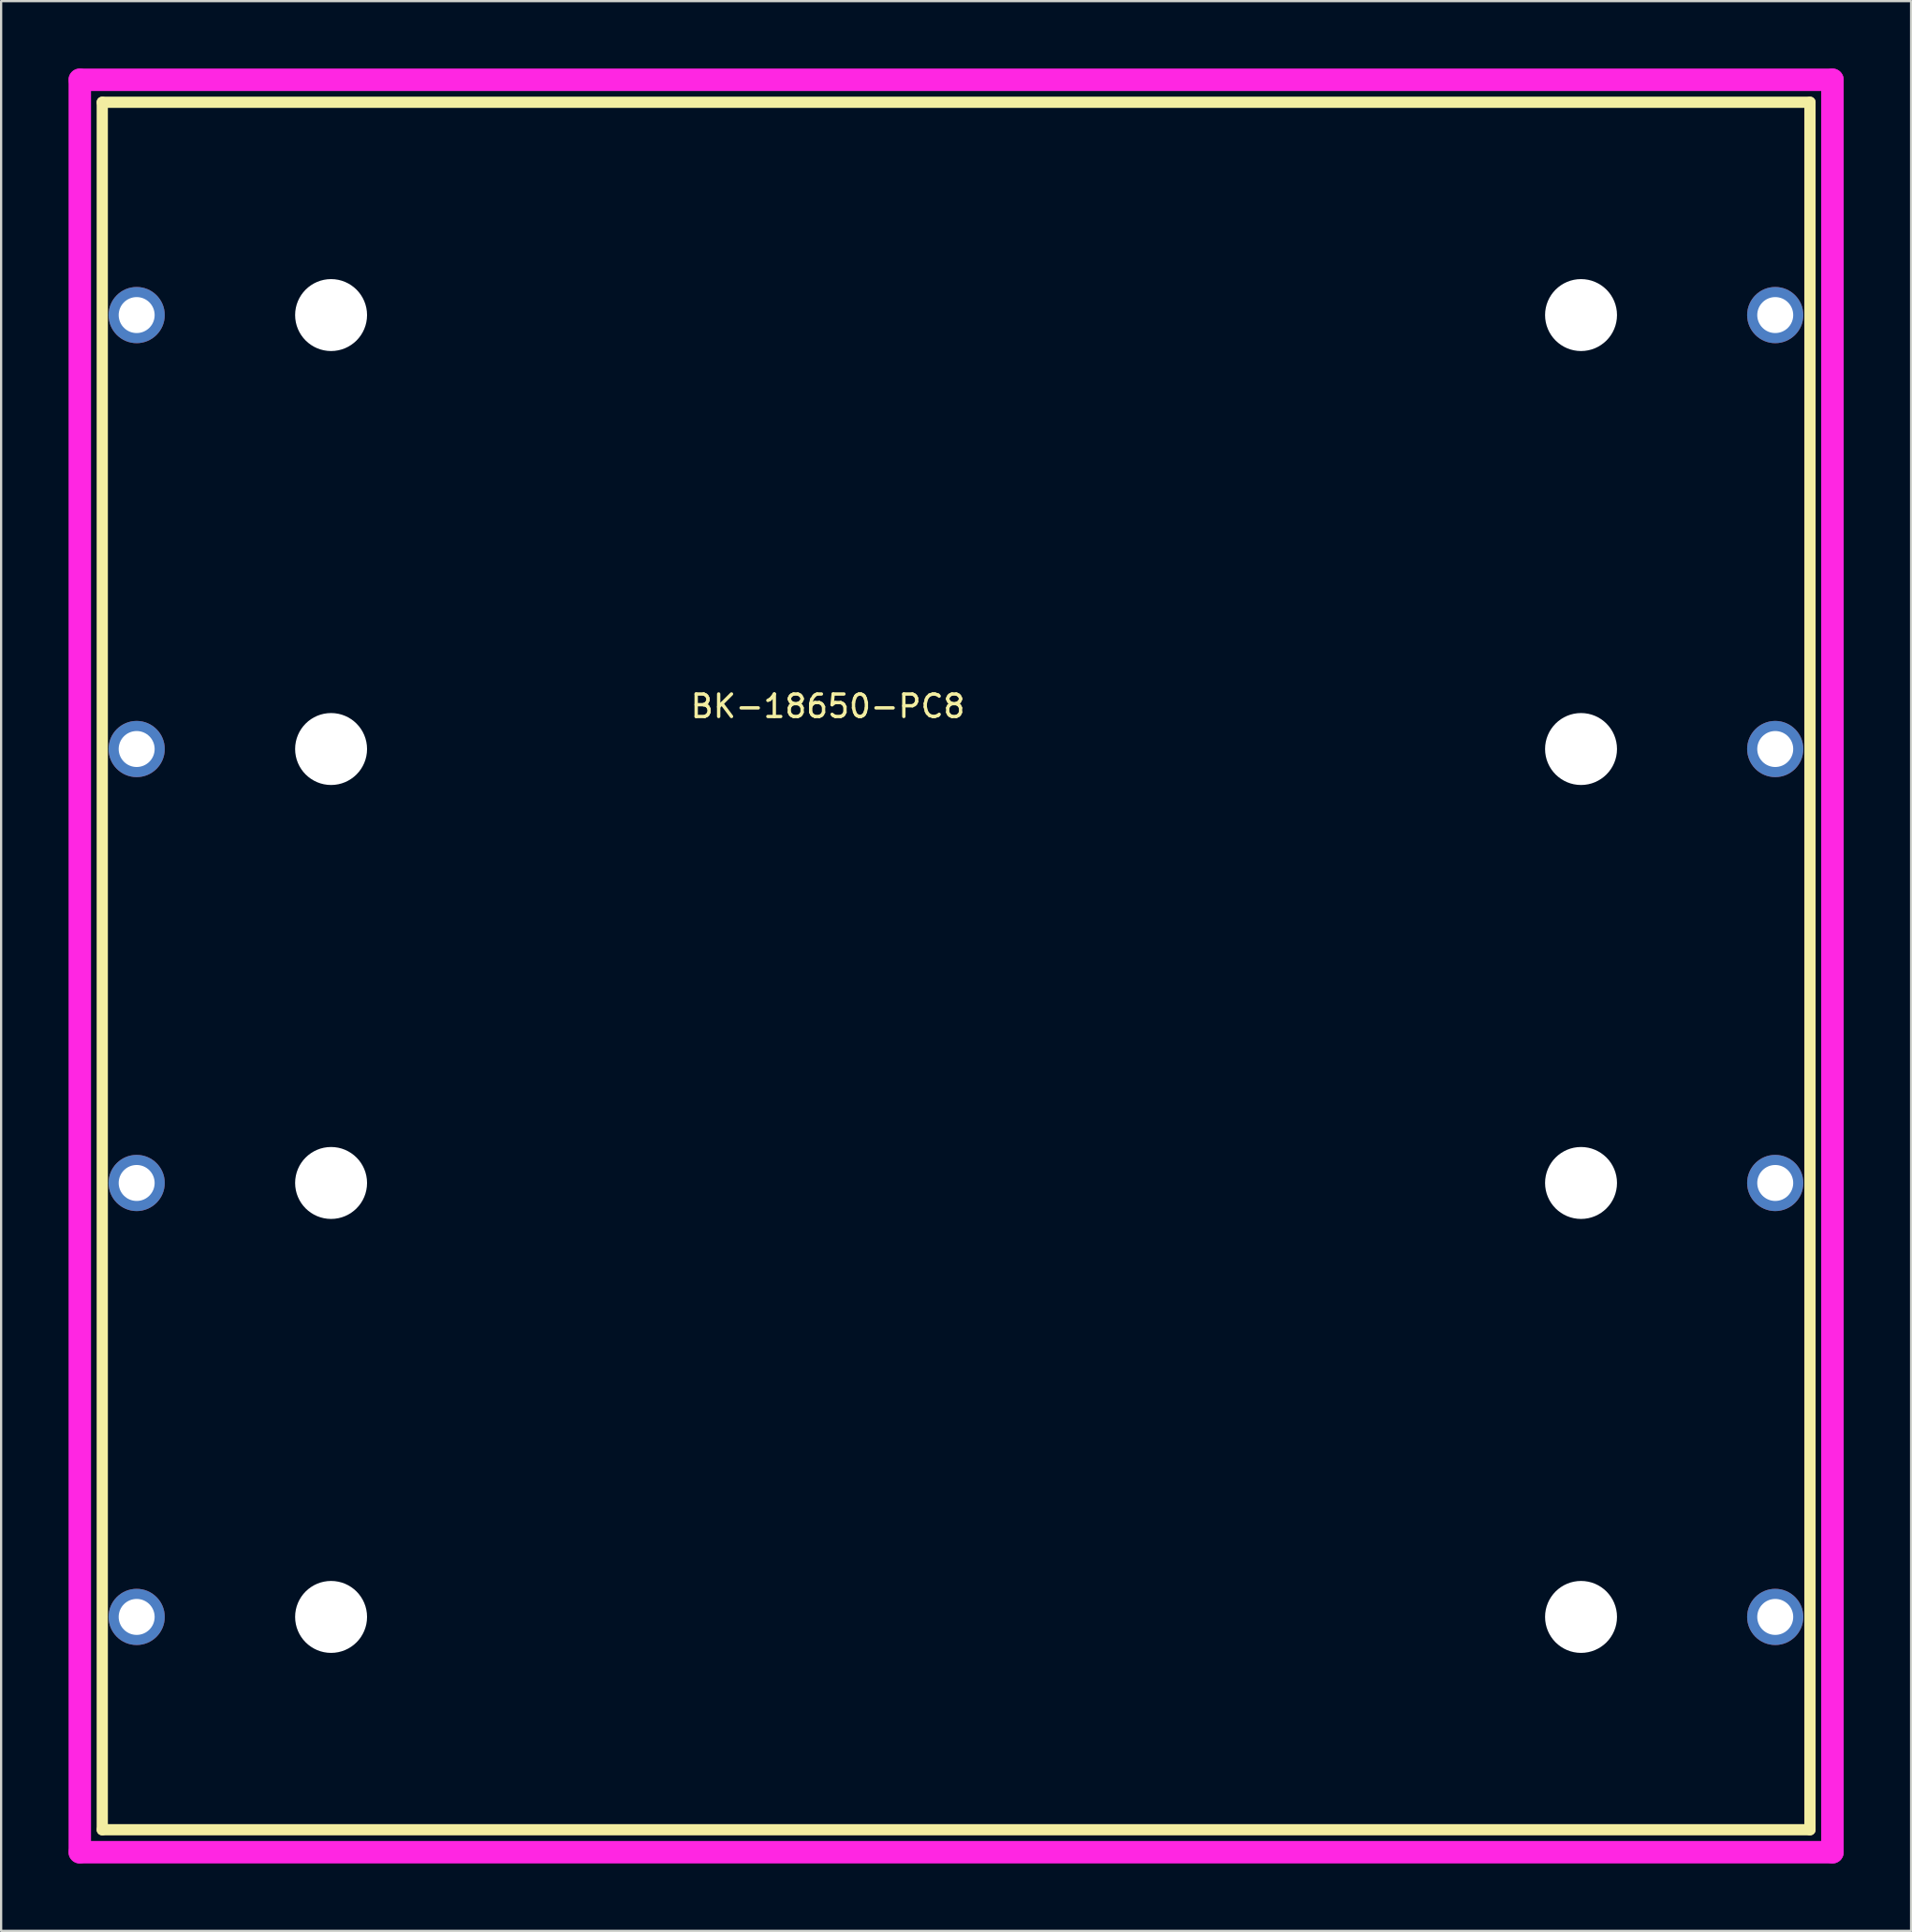
<source format=kicad_pcb>
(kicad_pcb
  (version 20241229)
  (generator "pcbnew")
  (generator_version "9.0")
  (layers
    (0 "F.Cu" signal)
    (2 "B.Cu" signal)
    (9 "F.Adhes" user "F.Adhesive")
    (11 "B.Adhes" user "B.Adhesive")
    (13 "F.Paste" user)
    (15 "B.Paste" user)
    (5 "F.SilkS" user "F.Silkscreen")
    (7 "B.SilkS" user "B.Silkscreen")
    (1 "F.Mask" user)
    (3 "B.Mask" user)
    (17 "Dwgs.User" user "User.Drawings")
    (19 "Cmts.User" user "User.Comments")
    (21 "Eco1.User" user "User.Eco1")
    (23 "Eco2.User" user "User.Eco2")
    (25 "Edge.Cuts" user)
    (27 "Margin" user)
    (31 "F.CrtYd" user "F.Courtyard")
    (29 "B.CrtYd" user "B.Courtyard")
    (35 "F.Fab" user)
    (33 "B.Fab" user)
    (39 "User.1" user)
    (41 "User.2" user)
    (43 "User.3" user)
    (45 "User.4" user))
  (footprint "BK-18650-PC8"
    (layer "F.Cu")
    (at 11.68 10.965)
    (property "Reference" "BK-18650-PC8" (at 22.1 17.4 0) (layer "F.SilkS") (effects (font (size 1 1) (thickness 0.15))))
    (attr through_hole)
    (fp_line (start -10.18 -9.465) (end 65.795 -9.465) (stroke (width 0.5) (type solid)) (layer "F.SilkS"))
    (fp_line (start -10.18 67.375) (end -10.18 -9.465) (stroke (width 0.5) (type solid)) (layer "F.SilkS"))
    (fp_line (start 65.795 -9.465) (end 65.795 67.375) (stroke (width 0.5) (type solid)) (layer "F.SilkS"))
    (fp_line (start 65.795 67.375) (end -10.18 67.375) (stroke (width 0.5) (type solid)) (layer "F.SilkS"))
    (fp_line (start -11.18 -10.465) (end 66.795 -10.465) (stroke (width 1) (type solid)) (layer "F.CrtYd"))
    (fp_line (start -11.18 68.375) (end -11.18 -10.465) (stroke (width 1) (type solid)) (layer "F.CrtYd"))
    (fp_line (start 66.795 -10.465) (end 66.795 68.375) (stroke (width 1) (type solid)) (layer "F.CrtYd"))
    (fp_line (start 66.795 68.375) (end -11.18 68.375) (stroke (width 1) (type solid)) (layer "F.CrtYd"))
    (pad "" np_thru_hole circle (at 0 0) (size 3.2 3.2) (drill 3.2) (layers "*.Cu" "*.Mask"))
    (pad "" np_thru_hole circle (at 0 19.303) (size 3.2 3.2) (drill 3.2) (layers "*.Cu" "*.Mask"))
    (pad "" np_thru_hole circle (at 0 38.606) (size 3.2 3.2) (drill 3.2) (layers "*.Cu" "*.Mask"))
    (pad "" np_thru_hole circle (at 0 57.909) (size 3.2 3.2) (drill 3.2) (layers "*.Cu" "*.Mask"))
    (pad "" np_thru_hole circle (at 55.61 0) (size 3.2 3.2) (drill 3.2) (layers "*.Cu" "*.Mask"))
    (pad "" np_thru_hole circle (at 55.61 19.303) (size 3.2 3.2) (drill 3.2) (layers "*.Cu" "*.Mask"))
    (pad "" np_thru_hole circle (at 55.61 38.606) (size 3.2 3.2) (drill 3.2) (layers "*.Cu" "*.Mask"))
    (pad "" np_thru_hole circle (at 55.61 57.909) (size 3.2 3.2) (drill 3.2) (layers "*.Cu" "*.Mask"))
    (pad "1" thru_hole circle (at -8.65 0) (size 2.5 2.5) (drill 1.6) (layers "*.Cu" "*.Mask"))
    (pad "2" thru_hole circle (at -8.65 19.303) (size 2.5 2.5) (drill 1.6) (layers "*.Cu" "*.Mask"))
    (pad "3" thru_hole circle (at -8.65 38.606) (size 2.5 2.5) (drill 1.6) (layers "*.Cu" "*.Mask"))
    (pad "4" thru_hole circle (at -8.65 57.909) (size 2.5 2.5) (drill 1.6) (layers "*.Cu" "*.Mask"))
    (pad "5" thru_hole circle (at 64.25 57.909) (size 2.5 2.5) (drill 1.6) (layers "*.Cu" "*.Mask"))
    (pad "6" thru_hole circle (at 64.25 38.606) (size 2.5 2.5) (drill 1.6) (layers "*.Cu" "*.Mask"))
    (pad "7" thru_hole circle (at 64.25 19.303) (size 2.5 2.5) (drill 1.6) (layers "*.Cu" "*.Mask"))
    (pad "8" thru_hole circle (at 64.25 0) (size 2.5 2.5) (drill 1.6) (layers "*.Cu" "*.Mask")))
  (gr_rect
    (start -3 -3)
    (end 81.975 82.84)
    (stroke (width 0.1) (type default))
    (fill no)
    (layer "Edge.Cuts")))
</source>
